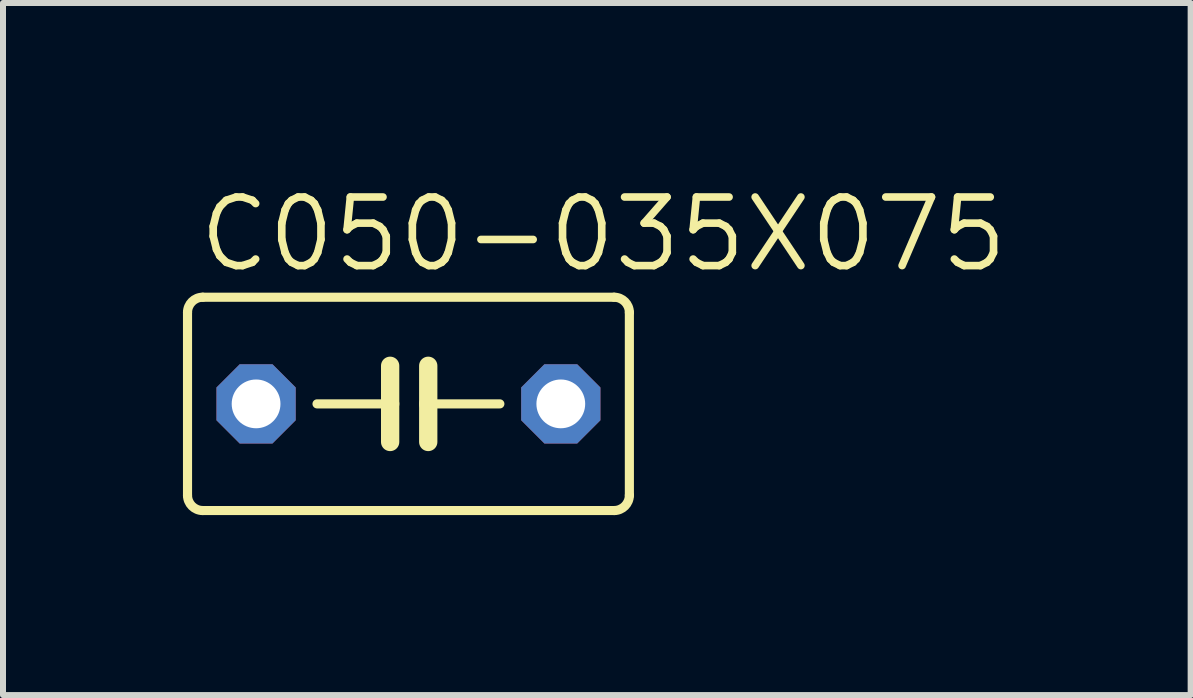
<source format=kicad_pcb>
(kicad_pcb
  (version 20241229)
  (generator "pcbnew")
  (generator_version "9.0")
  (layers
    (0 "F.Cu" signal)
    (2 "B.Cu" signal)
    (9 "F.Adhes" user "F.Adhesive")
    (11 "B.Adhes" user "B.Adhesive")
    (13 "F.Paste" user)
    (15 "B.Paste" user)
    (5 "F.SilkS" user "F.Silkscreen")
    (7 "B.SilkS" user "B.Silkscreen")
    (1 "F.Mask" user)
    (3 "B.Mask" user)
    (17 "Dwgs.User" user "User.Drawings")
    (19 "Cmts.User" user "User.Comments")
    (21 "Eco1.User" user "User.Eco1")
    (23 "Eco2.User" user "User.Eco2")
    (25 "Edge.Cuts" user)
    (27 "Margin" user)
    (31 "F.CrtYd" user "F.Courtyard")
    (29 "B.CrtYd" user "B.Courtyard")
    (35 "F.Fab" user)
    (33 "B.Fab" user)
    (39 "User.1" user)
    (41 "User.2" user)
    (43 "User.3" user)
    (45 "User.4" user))
  (footprint "C050-035X075"
    (layer "F.Cu")
    (at 3.759 3.683)
    (property "Reference" "C050-035X075" (at -3.556 -2.159 0) (layer "F.SilkS") (effects (font (size 1.143 1.143) (thickness 0.127)) (justify left bottom)))
    (fp_line (start -3.683 -1.524) (end -3.683 1.524) (stroke (width 0.152) (type solid)) (layer "F.SilkS"))
    (fp_line (start -3.429 1.778) (end 3.429 1.778) (stroke (width 0.152) (type solid)) (layer "F.SilkS"))
    (fp_line (start -0.305 -0.635) (end -0.305 0) (stroke (width 0.305) (type solid)) (layer "F.SilkS"))
    (fp_line (start -0.305 0) (end -1.524 0) (stroke (width 0.152) (type solid)) (layer "F.SilkS"))
    (fp_line (start -0.305 0) (end -0.305 0.635) (stroke (width 0.305) (type solid)) (layer "F.SilkS"))
    (fp_line (start 0.33 -0.635) (end 0.33 0) (stroke (width 0.305) (type solid)) (layer "F.SilkS"))
    (fp_line (start 0.33 0) (end 0.33 0.635) (stroke (width 0.305) (type solid)) (layer "F.SilkS"))
    (fp_line (start 0.33 0) (end 1.524 0) (stroke (width 0.152) (type solid)) (layer "F.SilkS"))
    (fp_line (start 3.429 -1.778) (end -3.429 -1.778) (stroke (width 0.152) (type solid)) (layer "F.SilkS"))
    (fp_line (start 3.683 1.524) (end 3.683 -1.524) (stroke (width 0.152) (type solid)) (layer "F.SilkS"))
    (fp_arc (start -3.683 -1.524) (mid -3.608605 -1.703605) (end -3.429 -1.778) (stroke (width 0.1524) (type solid)) (layer "F.SilkS"))
    (fp_arc (start -3.429 1.778) (mid -3.608605 1.703605) (end -3.683 1.524) (stroke (width 0.1524) (type solid)) (layer "F.SilkS"))
    (fp_arc (start 3.429 -1.778) (mid 3.608605 -1.703605) (end 3.683 -1.524) (stroke (width 0.1524) (type solid)) (layer "F.SilkS"))
    (fp_arc (start 3.683 1.524) (mid 3.608605 1.703605) (end 3.429 1.778) (stroke (width 0.1524) (type solid)) (layer "F.SilkS"))
    (pad "1" thru_hole roundrect (at -2.54 0) (size 1.321 1.321) (drill 0.813) (layers "*.Cu" "*.Mask") (roundrect_rratio 0.25) (chamfer_ratio 0.293) (chamfer top_left top_right bottom_left bottom_right))
    (pad "2" thru_hole roundrect (at 2.54 0) (size 1.321 1.321) (drill 0.813) (layers "*.Cu" "*.Mask") (roundrect_rratio 0.25) (chamfer_ratio 0.293) (chamfer top_left top_right bottom_left bottom_right)))
  (gr_rect
    (start -3 -3)
    (end 16.799 8.537)
    (stroke (width 0.1) (type default))
    (fill no)
    (layer "Edge.Cuts")))
</source>
